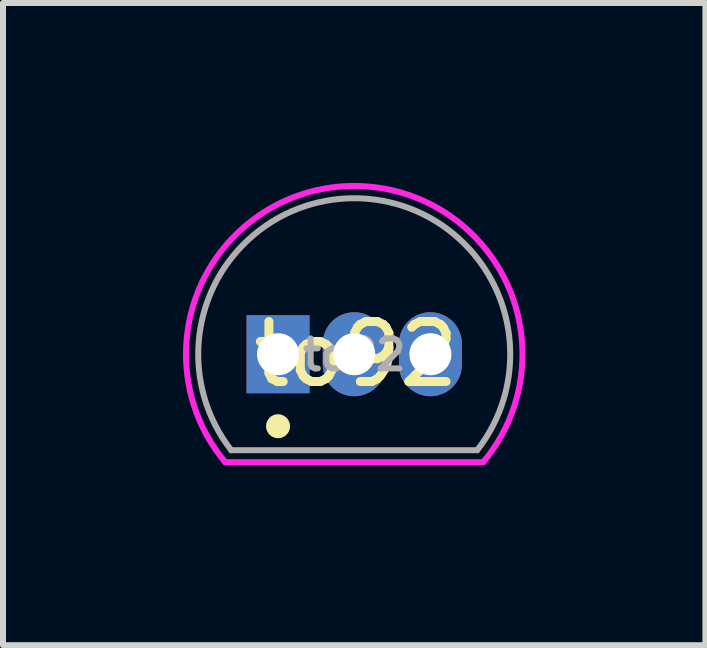
<source format=kicad_pcb>
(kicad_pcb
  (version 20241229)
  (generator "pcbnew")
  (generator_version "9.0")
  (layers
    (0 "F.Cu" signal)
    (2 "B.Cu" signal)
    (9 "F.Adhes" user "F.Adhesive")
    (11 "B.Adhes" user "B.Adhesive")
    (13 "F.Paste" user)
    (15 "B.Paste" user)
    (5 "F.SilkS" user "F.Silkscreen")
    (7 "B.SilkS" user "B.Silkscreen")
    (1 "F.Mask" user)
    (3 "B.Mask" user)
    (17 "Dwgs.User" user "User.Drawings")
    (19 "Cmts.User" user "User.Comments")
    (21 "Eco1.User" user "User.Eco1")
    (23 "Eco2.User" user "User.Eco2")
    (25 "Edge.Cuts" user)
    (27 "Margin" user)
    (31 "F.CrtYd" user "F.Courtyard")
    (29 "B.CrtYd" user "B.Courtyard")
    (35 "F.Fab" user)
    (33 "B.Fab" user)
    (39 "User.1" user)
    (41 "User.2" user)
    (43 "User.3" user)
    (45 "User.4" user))
  (footprint "to92"
    (layer "F.Cu")
    (at 1.585 2.855)
    (property "Reference" "to92" (at 1.3 0 0) (unlocked yes) (layer "F.SilkS") (effects (font (size 1 1) (thickness 0.15))))
    (attr through_hole exclude_from_pos_files)
    (fp_circle (center 0 1.2) (end 0.1 1.2) (stroke (width 0.2) (type solid)) (fill no) (layer "F.SilkS"))
    (fp_line (start -0.88 1.8) (end 3.42 1.8) (stroke (width 0.1) (type solid)) (layer "F.CrtYd"))
    (fp_arc (start -0.879999 1.799999) (mid 1.27 -2.80544) (end 3.419999 1.799999) (stroke (width 0.1) (type solid)) (layer "F.CrtYd"))
    (fp_line (start -0.78 1.6) (end 3.32 1.6) (stroke (width 0.1) (type solid)) (layer "F.Fab"))
    (fp_arc (start -0.779999 1.6) (mid 1.27 -2.60048) (end 3.319999 1.6) (stroke (width 0.1) (type solid)) (layer "F.Fab"))
    (fp_text user "${REFERENCE}" (at 1.27 0.01 0) (unlocked yes) (layer "F.Fab") (effects (font (size 0.5 0.5) (thickness 0.1) (bold yes))))
    (pad "1" thru_hole rect (at 0 0) (size 1.05 1.3) (drill 0.7) (layers "*.Cu" "*.Mask"))
    (pad "2" thru_hole oval (at 1.27 0) (size 1.05 1.4) (drill 0.7) (layers "*.Cu" "*.Mask"))
    (pad "3" thru_hole oval (at 2.54 0) (size 1.05 1.4) (drill 0.7) (layers "*.Cu" "*.Mask")))
  (gr_rect
    (start -3 -3)
    (end 8.709 7.705)
    (stroke (width 0.1) (type default))
    (fill no)
    (layer "Edge.Cuts")))
</source>
